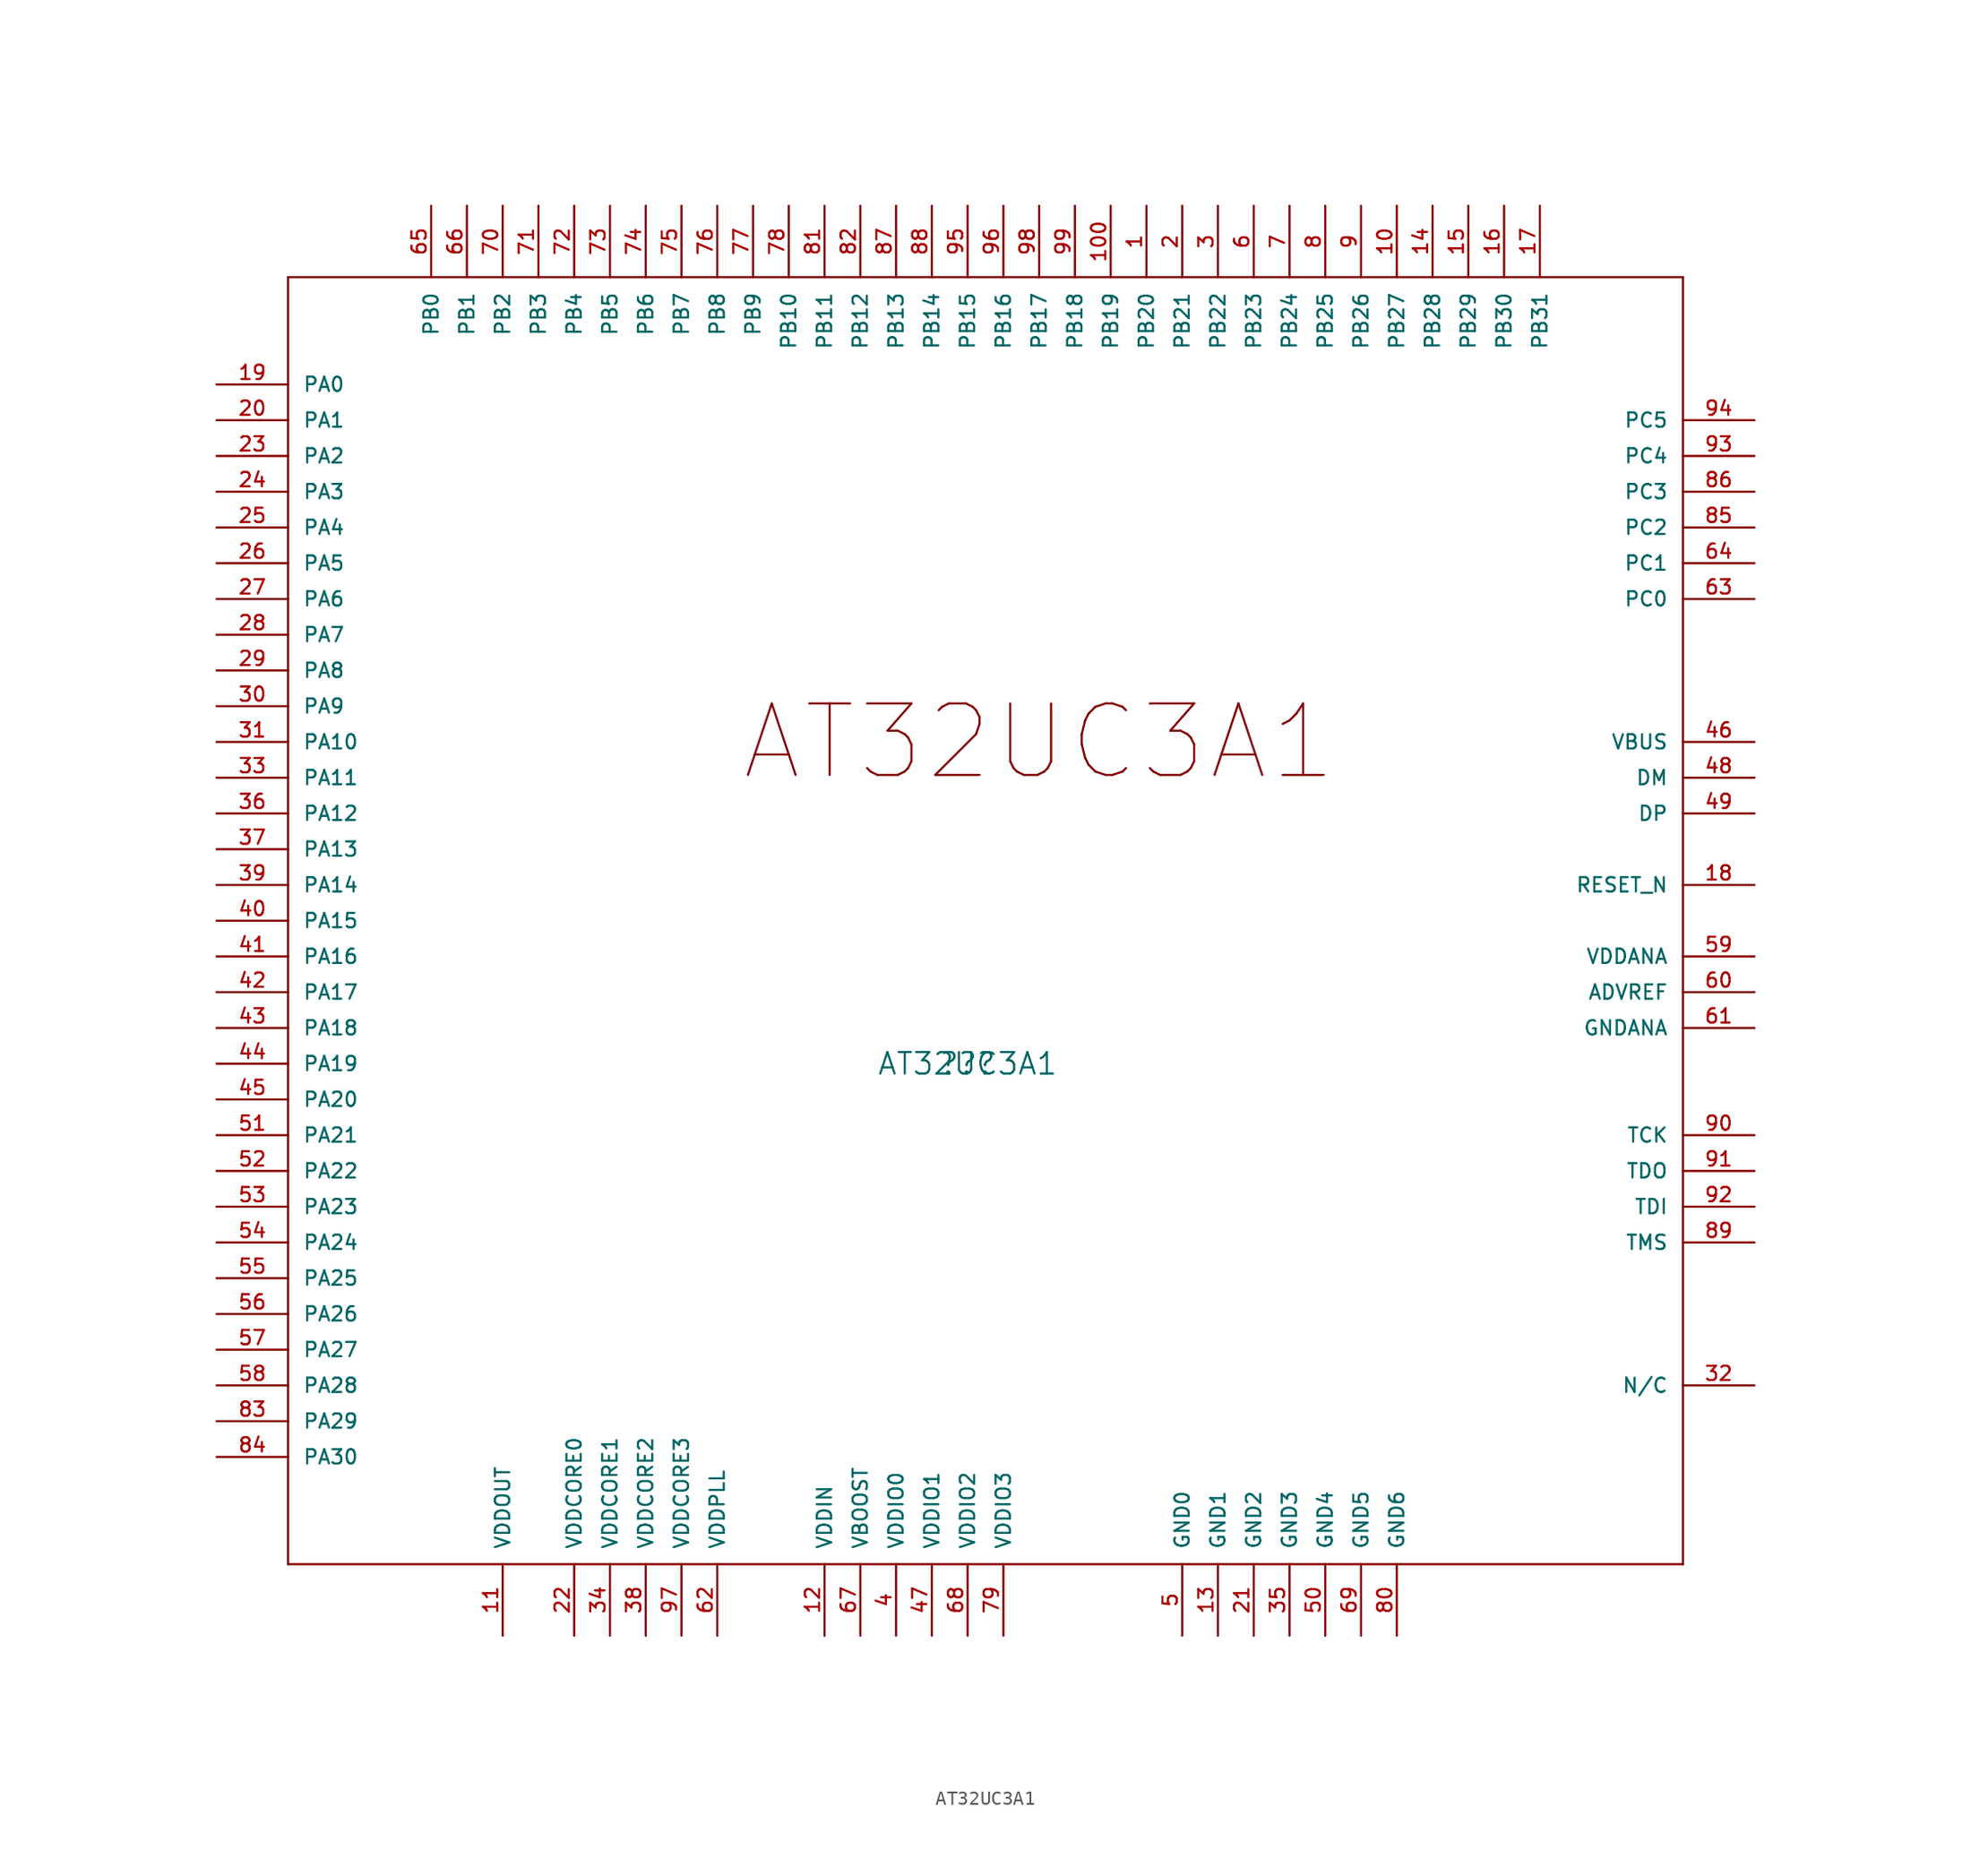
<source format=kicad_sym>
(kicad_symbol_lib
  (version 20231120)
  (generator "kicad_symbol_editor")
  (generator_version "8.0")
  (symbol "AT32UC3A1"
    (pin_names
      (offset 1.016))
    (property "Reference" "??"
      (at 0 0 0)
      (effects (font (size 1.524 1.524))))
    (property "Value" "AT32UC3A1"
      (at 0 0 0)
      (effects (font (size 1.524 1.524))))
    (property "Footprint" ""
      (at 0 0 0)
      (effects (font (size 1.524 1.524))))
    (property "Datasheet" ""
      (at 0 0 0)
      (effects (font (size 1.524 1.524))))
    (property "ki_locked" ""
      (at 0 0 0)
      (effects (font (size 1.27 1.27))))
    (symbol "AT32UC3A1_1_0"
      (polyline (pts (xy -48.26 -35.56) (xy 50.8 -35.56)) (stroke (width 0) (type solid)) (fill (type none)))
      (polyline (pts (xy -48.26 55.88) (xy -48.26 -35.56)) (stroke (width 0) (type solid)) (fill (type none)))
      (polyline (pts (xy -48.26 55.88) (xy 50.8 55.88)) (stroke (width 0) (type solid)) (fill (type none)))
      (polyline (pts (xy 50.8 55.88) (xy 50.8 -35.56)) (stroke (width 0) (type solid)) (fill (type none)))
      (text "AT32UC3A1" (at 5.08 22.86 0) (effects (font (size 5.08 5.08)))))
    (symbol "AT32UC3A1_1_1"
      (pin bidirectional line (at 12.7 60.96 270) (length 5.08) (name "PB20" (effects (font (size 1.016 1.016)))) (number "1" (effects (font (size 1.016 1.016)))))
      (pin bidirectional line (at 30.48 60.96 270) (length 5.08) (name "PB27" (effects (font (size 1.016 1.016)))) (number "10" (effects (font (size 1.016 1.016)))))
      (pin bidirectional line (at 10.16 60.96 270) (length 5.08) (name "PB19" (effects (font (size 1.016 1.016)))) (number "100" (effects (font (size 1.016 1.016)))))
      (pin power_in line (at -33.02 -40.64 90) (length 5.08) (name "VDDOUT" (effects (font (size 1.016 1.016)))) (number "11" (effects (font (size 1.016 1.016)))))
      (pin power_in line (at -10.16 -40.64 90) (length 5.08) (name "VDDIN" (effects (font (size 1.016 1.016)))) (number "12" (effects (font (size 1.016 1.016)))))
      (pin power_in line (at 17.78 -40.64 90) (length 5.08) (name "GND1" (effects (font (size 1.016 1.016)))) (number "13" (effects (font (size 1.016 1.016)))))
      (pin bidirectional line (at 33.02 60.96 270) (length 5.08) (name "PB28" (effects (font (size 1.016 1.016)))) (number "14" (effects (font (size 1.016 1.016)))))
      (pin bidirectional line (at 35.56 60.96 270) (length 5.08) (name "PB29" (effects (font (size 1.016 1.016)))) (number "15" (effects (font (size 1.016 1.016)))))
      (pin bidirectional line (at 38.1 60.96 270) (length 5.08) (name "PB30" (effects (font (size 1.016 1.016)))) (number "16" (effects (font (size 1.016 1.016)))))
      (pin bidirectional line (at 40.64 60.96 270) (length 5.08) (name "PB31" (effects (font (size 1.016 1.016)))) (number "17" (effects (font (size 1.016 1.016)))))
      (pin input line (at 55.88 12.7 180) (length 5.08) (name "RESET_N" (effects (font (size 1.016 1.016)))) (number "18" (effects (font (size 1.016 1.016)))))
      (pin bidirectional line (at -53.34 48.26 0) (length 5.08) (name "PA0" (effects (font (size 1.016 1.016)))) (number "19" (effects (font (size 1.016 1.016)))))
      (pin bidirectional line (at 15.24 60.96 270) (length 5.08) (name "PB21" (effects (font (size 1.016 1.016)))) (number "2" (effects (font (size 1.016 1.016)))))
      (pin bidirectional line (at -53.34 45.72 0) (length 5.08) (name "PA1" (effects (font (size 1.016 1.016)))) (number "20" (effects (font (size 1.016 1.016)))))
      (pin power_in line (at 20.32 -40.64 90) (length 5.08) (name "GND2" (effects (font (size 1.016 1.016)))) (number "21" (effects (font (size 1.016 1.016)))))
      (pin power_in line (at -27.94 -40.64 90) (length 5.08) (name "VDDCORE0" (effects (font (size 1.016 1.016)))) (number "22" (effects (font (size 1.016 1.016)))))
      (pin bidirectional line (at -53.34 43.18 0) (length 5.08) (name "PA2" (effects (font (size 1.016 1.016)))) (number "23" (effects (font (size 1.016 1.016)))))
      (pin bidirectional line (at -53.34 40.64 0) (length 5.08) (name "PA3" (effects (font (size 1.016 1.016)))) (number "24" (effects (font (size 1.016 1.016)))))
      (pin bidirectional line (at -53.34 38.1 0) (length 5.08) (name "PA4" (effects (font (size 1.016 1.016)))) (number "25" (effects (font (size 1.016 1.016)))))
      (pin bidirectional line (at -53.34 35.56 0) (length 5.08) (name "PA5" (effects (font (size 1.016 1.016)))) (number "26" (effects (font (size 1.016 1.016)))))
      (pin bidirectional line (at -53.34 33.02 0) (length 5.08) (name "PA6" (effects (font (size 1.016 1.016)))) (number "27" (effects (font (size 1.016 1.016)))))
      (pin bidirectional line (at -53.34 30.48 0) (length 5.08) (name "PA7" (effects (font (size 1.016 1.016)))) (number "28" (effects (font (size 1.016 1.016)))))
      (pin bidirectional line (at -53.34 27.94 0) (length 5.08) (name "PA8" (effects (font (size 1.016 1.016)))) (number "29" (effects (font (size 1.016 1.016)))))
      (pin bidirectional line (at 17.78 60.96 270) (length 5.08) (name "PB22" (effects (font (size 1.016 1.016)))) (number "3" (effects (font (size 1.016 1.016)))))
      (pin bidirectional line (at -53.34 25.4 0) (length 5.08) (name "PA9" (effects (font (size 1.016 1.016)))) (number "30" (effects (font (size 1.016 1.016)))))
      (pin bidirectional line (at -53.34 22.86 0) (length 5.08) (name "PA10" (effects (font (size 1.016 1.016)))) (number "31" (effects (font (size 1.016 1.016)))))
      (pin unspecified line (at 55.88 -22.86 180) (length 5.08) (name "N/C" (effects (font (size 1.016 1.016)))) (number "32" (effects (font (size 1.016 1.016)))))
      (pin bidirectional line (at -53.34 20.32 0) (length 5.08) (name "PA11" (effects (font (size 1.016 1.016)))) (number "33" (effects (font (size 1.016 1.016)))))
      (pin power_in line (at -25.4 -40.64 90) (length 5.08) (name "VDDCORE1" (effects (font (size 1.016 1.016)))) (number "34" (effects (font (size 1.016 1.016)))))
      (pin power_in line (at 22.86 -40.64 90) (length 5.08) (name "GND3" (effects (font (size 1.016 1.016)))) (number "35" (effects (font (size 1.016 1.016)))))
      (pin bidirectional line (at -53.34 17.78 0) (length 5.08) (name "PA12" (effects (font (size 1.016 1.016)))) (number "36" (effects (font (size 1.016 1.016)))))
      (pin bidirectional line (at -53.34 15.24 0) (length 5.08) (name "PA13" (effects (font (size 1.016 1.016)))) (number "37" (effects (font (size 1.016 1.016)))))
      (pin power_in line (at -22.86 -40.64 90) (length 5.08) (name "VDDCORE2" (effects (font (size 1.016 1.016)))) (number "38" (effects (font (size 1.016 1.016)))))
      (pin bidirectional line (at -53.34 12.7 0) (length 5.08) (name "PA14" (effects (font (size 1.016 1.016)))) (number "39" (effects (font (size 1.016 1.016)))))
      (pin power_in line (at -5.08 -40.64 90) (length 5.08) (name "VDDIO0" (effects (font (size 1.016 1.016)))) (number "4" (effects (font (size 1.016 1.016)))))
      (pin bidirectional line (at -53.34 10.16 0) (length 5.08) (name "PA15" (effects (font (size 1.016 1.016)))) (number "40" (effects (font (size 1.016 1.016)))))
      (pin bidirectional line (at -53.34 7.62 0) (length 5.08) (name "PA16" (effects (font (size 1.016 1.016)))) (number "41" (effects (font (size 1.016 1.016)))))
      (pin bidirectional line (at -53.34 5.08 0) (length 5.08) (name "PA17" (effects (font (size 1.016 1.016)))) (number "42" (effects (font (size 1.016 1.016)))))
      (pin bidirectional line (at -53.34 2.54 0) (length 5.08) (name "PA18" (effects (font (size 1.016 1.016)))) (number "43" (effects (font (size 1.016 1.016)))))
      (pin bidirectional line (at -53.34 0 0) (length 5.08) (name "PA19" (effects (font (size 1.016 1.016)))) (number "44" (effects (font (size 1.016 1.016)))))
      (pin bidirectional line (at -53.34 -2.54 0) (length 5.08) (name "PA20" (effects (font (size 1.016 1.016)))) (number "45" (effects (font (size 1.016 1.016)))))
      (pin power_in line (at 55.88 22.86 180) (length 5.08) (name "VBUS" (effects (font (size 1.016 1.016)))) (number "46" (effects (font (size 1.016 1.016)))))
      (pin power_in line (at -2.54 -40.64 90) (length 5.08) (name "VDDIO1" (effects (font (size 1.016 1.016)))) (number "47" (effects (font (size 1.016 1.016)))))
      (pin bidirectional line (at 55.88 20.32 180) (length 5.08) (name "DM" (effects (font (size 1.016 1.016)))) (number "48" (effects (font (size 1.016 1.016)))))
      (pin bidirectional line (at 55.88 17.78 180) (length 5.08) (name "DP" (effects (font (size 1.016 1.016)))) (number "49" (effects (font (size 1.016 1.016)))))
      (pin power_in line (at 15.24 -40.64 90) (length 5.08) (name "GND0" (effects (font (size 1.016 1.016)))) (number "5" (effects (font (size 1.016 1.016)))))
      (pin power_in line (at 25.4 -40.64 90) (length 5.08) (name "GND4" (effects (font (size 1.016 1.016)))) (number "50" (effects (font (size 1.016 1.016)))))
      (pin bidirectional line (at -53.34 -5.08 0) (length 5.08) (name "PA21" (effects (font (size 1.016 1.016)))) (number "51" (effects (font (size 1.016 1.016)))))
      (pin bidirectional line (at -53.34 -7.62 0) (length 5.08) (name "PA22" (effects (font (size 1.016 1.016)))) (number "52" (effects (font (size 1.016 1.016)))))
      (pin bidirectional line (at -53.34 -10.16 0) (length 5.08) (name "PA23" (effects (font (size 1.016 1.016)))) (number "53" (effects (font (size 1.016 1.016)))))
      (pin bidirectional line (at -53.34 -12.7 0) (length 5.08) (name "PA24" (effects (font (size 1.016 1.016)))) (number "54" (effects (font (size 1.016 1.016)))))
      (pin bidirectional line (at -53.34 -15.24 0) (length 5.08) (name "PA25" (effects (font (size 1.016 1.016)))) (number "55" (effects (font (size 1.016 1.016)))))
      (pin bidirectional line (at -53.34 -17.78 0) (length 5.08) (name "PA26" (effects (font (size 1.016 1.016)))) (number "56" (effects (font (size 1.016 1.016)))))
      (pin bidirectional line (at -53.34 -20.32 0) (length 5.08) (name "PA27" (effects (font (size 1.016 1.016)))) (number "57" (effects (font (size 1.016 1.016)))))
      (pin bidirectional line (at -53.34 -22.86 0) (length 5.08) (name "PA28" (effects (font (size 1.016 1.016)))) (number "58" (effects (font (size 1.016 1.016)))))
      (pin power_in line (at 55.88 7.62 180) (length 5.08) (name "VDDANA" (effects (font (size 1.016 1.016)))) (number "59" (effects (font (size 1.016 1.016)))))
      (pin bidirectional line (at 20.32 60.96 270) (length 5.08) (name "PB23" (effects (font (size 1.016 1.016)))) (number "6" (effects (font (size 1.016 1.016)))))
      (pin power_in line (at 55.88 5.08 180) (length 5.08) (name "ADVREF" (effects (font (size 1.016 1.016)))) (number "60" (effects (font (size 1.016 1.016)))))
      (pin power_in line (at 55.88 2.54 180) (length 5.08) (name "GNDANA" (effects (font (size 1.016 1.016)))) (number "61" (effects (font (size 1.016 1.016)))))
      (pin power_in line (at -17.78 -40.64 90) (length 5.08) (name "VDDPLL" (effects (font (size 1.016 1.016)))) (number "62" (effects (font (size 1.016 1.016)))))
      (pin bidirectional line (at 55.88 33.02 180) (length 5.08) (name "PC0" (effects (font (size 1.016 1.016)))) (number "63" (effects (font (size 1.016 1.016)))))
      (pin bidirectional line (at 55.88 35.56 180) (length 5.08) (name "PC1" (effects (font (size 1.016 1.016)))) (number "64" (effects (font (size 1.016 1.016)))))
      (pin bidirectional line (at -38.1 60.96 270) (length 5.08) (name "PB0" (effects (font (size 1.016 1.016)))) (number "65" (effects (font (size 1.016 1.016)))))
      (pin bidirectional line (at -35.56 60.96 270) (length 5.08) (name "PB1" (effects (font (size 1.016 1.016)))) (number "66" (effects (font (size 1.016 1.016)))))
      (pin power_in line (at -7.62 -40.64 90) (length 5.08) (name "VBOOST" (effects (font (size 1.016 1.016)))) (number "67" (effects (font (size 1.016 1.016)))))
      (pin power_in line (at 0 -40.64 90) (length 5.08) (name "VDDIO2" (effects (font (size 1.016 1.016)))) (number "68" (effects (font (size 1.016 1.016)))))
      (pin power_in line (at 27.94 -40.64 90) (length 5.08) (name "GND5" (effects (font (size 1.016 1.016)))) (number "69" (effects (font (size 1.016 1.016)))))
      (pin bidirectional line (at 22.86 60.96 270) (length 5.08) (name "PB24" (effects (font (size 1.016 1.016)))) (number "7" (effects (font (size 1.016 1.016)))))
      (pin bidirectional line (at -33.02 60.96 270) (length 5.08) (name "PB2" (effects (font (size 1.016 1.016)))) (number "70" (effects (font (size 1.016 1.016)))))
      (pin bidirectional line (at -30.48 60.96 270) (length 5.08) (name "PB3" (effects (font (size 1.016 1.016)))) (number "71" (effects (font (size 1.016 1.016)))))
      (pin bidirectional line (at -27.94 60.96 270) (length 5.08) (name "PB4" (effects (font (size 1.016 1.016)))) (number "72" (effects (font (size 1.016 1.016)))))
      (pin bidirectional line (at -25.4 60.96 270) (length 5.08) (name "PB5" (effects (font (size 1.016 1.016)))) (number "73" (effects (font (size 1.016 1.016)))))
      (pin bidirectional line (at -22.86 60.96 270) (length 5.08) (name "PB6" (effects (font (size 1.016 1.016)))) (number "74" (effects (font (size 1.016 1.016)))))
      (pin bidirectional line (at -20.32 60.96 270) (length 5.08) (name "PB7" (effects (font (size 1.016 1.016)))) (number "75" (effects (font (size 1.016 1.016)))))
      (pin bidirectional line (at -17.78 60.96 270) (length 5.08) (name "PB8" (effects (font (size 1.016 1.016)))) (number "76" (effects (font (size 1.016 1.016)))))
      (pin bidirectional line (at -15.24 60.96 270) (length 5.08) (name "PB9" (effects (font (size 1.016 1.016)))) (number "77" (effects (font (size 1.016 1.016)))))
      (pin bidirectional line (at -12.7 60.96 270) (length 5.08) (name "PB10" (effects (font (size 1.016 1.016)))) (number "78" (effects (font (size 1.016 1.016)))))
      (pin power_in line (at 2.54 -40.64 90) (length 5.08) (name "VDDIO3" (effects (font (size 1.016 1.016)))) (number "79" (effects (font (size 1.016 1.016)))))
      (pin bidirectional line (at 25.4 60.96 270) (length 5.08) (name "PB25" (effects (font (size 1.016 1.016)))) (number "8" (effects (font (size 1.016 1.016)))))
      (pin power_in line (at 30.48 -40.64 90) (length 5.08) (name "GND6" (effects (font (size 1.016 1.016)))) (number "80" (effects (font (size 1.016 1.016)))))
      (pin bidirectional line (at -10.16 60.96 270) (length 5.08) (name "PB11" (effects (font (size 1.016 1.016)))) (number "81" (effects (font (size 1.016 1.016)))))
      (pin bidirectional line (at -7.62 60.96 270) (length 5.08) (name "PB12" (effects (font (size 1.016 1.016)))) (number "82" (effects (font (size 1.016 1.016)))))
      (pin bidirectional line (at -53.34 -25.4 0) (length 5.08) (name "PA29" (effects (font (size 1.016 1.016)))) (number "83" (effects (font (size 1.016 1.016)))))
      (pin bidirectional line (at -53.34 -27.94 0) (length 5.08) (name "PA30" (effects (font (size 1.016 1.016)))) (number "84" (effects (font (size 1.016 1.016)))))
      (pin bidirectional line (at 55.88 38.1 180) (length 5.08) (name "PC2" (effects (font (size 1.016 1.016)))) (number "85" (effects (font (size 1.016 1.016)))))
      (pin bidirectional line (at 55.88 40.64 180) (length 5.08) (name "PC3" (effects (font (size 1.016 1.016)))) (number "86" (effects (font (size 1.016 1.016)))))
      (pin bidirectional line (at -5.08 60.96 270) (length 5.08) (name "PB13" (effects (font (size 1.016 1.016)))) (number "87" (effects (font (size 1.016 1.016)))))
      (pin bidirectional line (at -2.54 60.96 270) (length 5.08) (name "PB14" (effects (font (size 1.016 1.016)))) (number "88" (effects (font (size 1.016 1.016)))))
      (pin bidirectional line (at 55.88 -12.7 180) (length 5.08) (name "TMS" (effects (font (size 1.016 1.016)))) (number "89" (effects (font (size 1.016 1.016)))))
      (pin bidirectional line (at 27.94 60.96 270) (length 5.08) (name "PB26" (effects (font (size 1.016 1.016)))) (number "9" (effects (font (size 1.016 1.016)))))
      (pin bidirectional line (at 55.88 -5.08 180) (length 5.08) (name "TCK" (effects (font (size 1.016 1.016)))) (number "90" (effects (font (size 1.016 1.016)))))
      (pin bidirectional line (at 55.88 -7.62 180) (length 5.08) (name "TDO" (effects (font (size 1.016 1.016)))) (number "91" (effects (font (size 1.016 1.016)))))
      (pin bidirectional line (at 55.88 -10.16 180) (length 5.08) (name "TDI" (effects (font (size 1.016 1.016)))) (number "92" (effects (font (size 1.016 1.016)))))
      (pin bidirectional line (at 55.88 43.18 180) (length 5.08) (name "PC4" (effects (font (size 1.016 1.016)))) (number "93" (effects (font (size 1.016 1.016)))))
      (pin bidirectional line (at 55.88 45.72 180) (length 5.08) (name "PC5" (effects (font (size 1.016 1.016)))) (number "94" (effects (font (size 1.016 1.016)))))
      (pin bidirectional line (at 0 60.96 270) (length 5.08) (name "PB15" (effects (font (size 1.016 1.016)))) (number "95" (effects (font (size 1.016 1.016)))))
      (pin bidirectional line (at 2.54 60.96 270) (length 5.08) (name "PB16" (effects (font (size 1.016 1.016)))) (number "96" (effects (font (size 1.016 1.016)))))
      (pin power_in line (at -20.32 -40.64 90) (length 5.08) (name "VDDCORE3" (effects (font (size 1.016 1.016)))) (number "97" (effects (font (size 1.016 1.016)))))
      (pin bidirectional line (at 5.08 60.96 270) (length 5.08) (name "PB17" (effects (font (size 1.016 1.016)))) (number "98" (effects (font (size 1.016 1.016)))))
      (pin bidirectional line (at 7.62 60.96 270) (length 5.08) (name "PB18" (effects (font (size 1.016 1.016)))) (number "99" (effects (font (size 1.016 1.016))))))))
</source>
